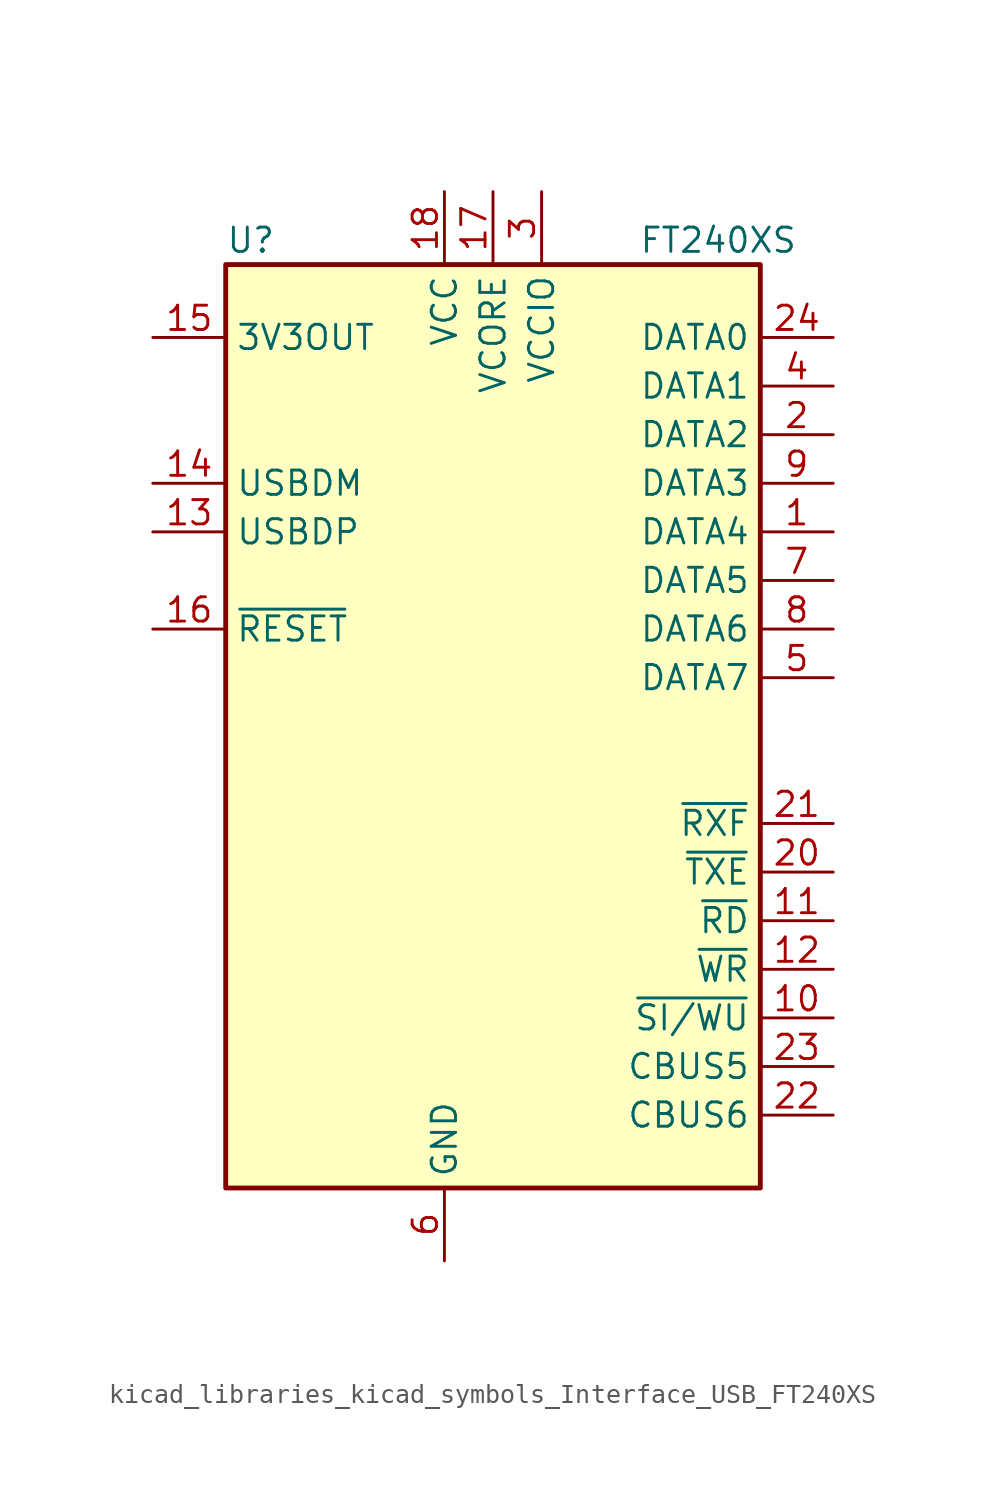
<source format=kicad_sym>
(kicad_symbol_lib
  (version 20220914)
  (generator kicad_symbol_editor)
  (symbol "kicad_libraries_kicad_symbols_Interface_USB_FT240XS"
    (property "Reference" "U"
      (at -13.97 25.4 0)
      (effects (font (size 1.27 1.27)) (justify left)))
    (property "Value" "FT240XS"
      (at 7.62 25.4 0)
      (effects (font (size 1.27 1.27)) (justify left)))
    (symbol "kicad_libraries_kicad_symbols_Interface_USB_FT240XS_0_1"
      (rectangle (start 13.97 -24.13) (end -13.97 24.13) (stroke (width 0.254) (type default)) (fill (type background))))
    (symbol "kicad_libraries_kicad_symbols_Interface_USB_FT240XS_1_1"
      (pin bidirectional line (at 17.78 10.16 180) (length 3.81) (name "DATA4" (effects (font (size 1.27 1.27)))) (number "1" (effects (font (size 1.27 1.27)))))
      (pin input line (at 17.78 -15.24 180) (length 3.81) (name "~{SI/WU}" (effects (font (size 1.27 1.27)))) (number "10" (effects (font (size 1.27 1.27)))))
      (pin input line (at 17.78 -10.16 180) (length 3.81) (name "~{RD}" (effects (font (size 1.27 1.27)))) (number "11" (effects (font (size 1.27 1.27)))))
      (pin input line (at 17.78 -12.7 180) (length 3.81) (name "~{WR}" (effects (font (size 1.27 1.27)))) (number "12" (effects (font (size 1.27 1.27)))))
      (pin bidirectional line (at -17.78 10.16 0) (length 3.81) (name "USBDP" (effects (font (size 1.27 1.27)))) (number "13" (effects (font (size 1.27 1.27)))))
      (pin bidirectional line (at -17.78 12.7 0) (length 3.81) (name "USBDM" (effects (font (size 1.27 1.27)))) (number "14" (effects (font (size 1.27 1.27)))))
      (pin power_out line (at -17.78 20.32 0) (length 3.81) (name "3V3OUT" (effects (font (size 1.27 1.27)))) (number "15" (effects (font (size 1.27 1.27)))))
      (pin input line (at -17.78 5.08 0) (length 3.81) (name "~{RESET}" (effects (font (size 1.27 1.27)))) (number "16" (effects (font (size 1.27 1.27)))))
      (pin power_out line (at 0 27.94 270) (length 3.81) (name "VCORE" (effects (font (size 1.27 1.27)))) (number "17" (effects (font (size 1.27 1.27)))))
      (pin power_in line (at -2.54 27.94 270) (length 3.81) (name "VCC" (effects (font (size 1.27 1.27)))) (number "18" (effects (font (size 1.27 1.27)))))
      (pin passive line (at -2.54 -27.94 90) (length 3.81) hide (name "GND" (effects (font (size 1.27 1.27)))) (number "19" (effects (font (size 1.27 1.27)))))
      (pin bidirectional line (at 17.78 15.24 180) (length 3.81) (name "DATA2" (effects (font (size 1.27 1.27)))) (number "2" (effects (font (size 1.27 1.27)))))
      (pin output line (at 17.78 -7.62 180) (length 3.81) (name "~{TXE}" (effects (font (size 1.27 1.27)))) (number "20" (effects (font (size 1.27 1.27)))))
      (pin output line (at 17.78 -5.08 180) (length 3.81) (name "~{RXF}" (effects (font (size 1.27 1.27)))) (number "21" (effects (font (size 1.27 1.27)))))
      (pin bidirectional line (at 17.78 -20.32 180) (length 3.81) (name "CBUS6" (effects (font (size 1.27 1.27)))) (number "22" (effects (font (size 1.27 1.27)))))
      (pin bidirectional line (at 17.78 -17.78 180) (length 3.81) (name "CBUS5" (effects (font (size 1.27 1.27)))) (number "23" (effects (font (size 1.27 1.27)))))
      (pin bidirectional line (at 17.78 20.32 180) (length 3.81) (name "DATA0" (effects (font (size 1.27 1.27)))) (number "24" (effects (font (size 1.27 1.27)))))
      (pin power_in line (at 2.54 27.94 270) (length 3.81) (name "VCCIO" (effects (font (size 1.27 1.27)))) (number "3" (effects (font (size 1.27 1.27)))))
      (pin bidirectional line (at 17.78 17.78 180) (length 3.81) (name "DATA1" (effects (font (size 1.27 1.27)))) (number "4" (effects (font (size 1.27 1.27)))))
      (pin bidirectional line (at 17.78 2.54 180) (length 3.81) (name "DATA7" (effects (font (size 1.27 1.27)))) (number "5" (effects (font (size 1.27 1.27)))))
      (pin power_in line (at -2.54 -27.94 90) (length 3.81) (name "GND" (effects (font (size 1.27 1.27)))) (number "6" (effects (font (size 1.27 1.27)))))
      (pin bidirectional line (at 17.78 7.62 180) (length 3.81) (name "DATA5" (effects (font (size 1.27 1.27)))) (number "7" (effects (font (size 1.27 1.27)))))
      (pin bidirectional line (at 17.78 5.08 180) (length 3.81) (name "DATA6" (effects (font (size 1.27 1.27)))) (number "8" (effects (font (size 1.27 1.27)))))
      (pin bidirectional line (at 17.78 12.7 180) (length 3.81) (name "DATA3" (effects (font (size 1.27 1.27)))) (number "9" (effects (font (size 1.27 1.27))))))))
</source>
